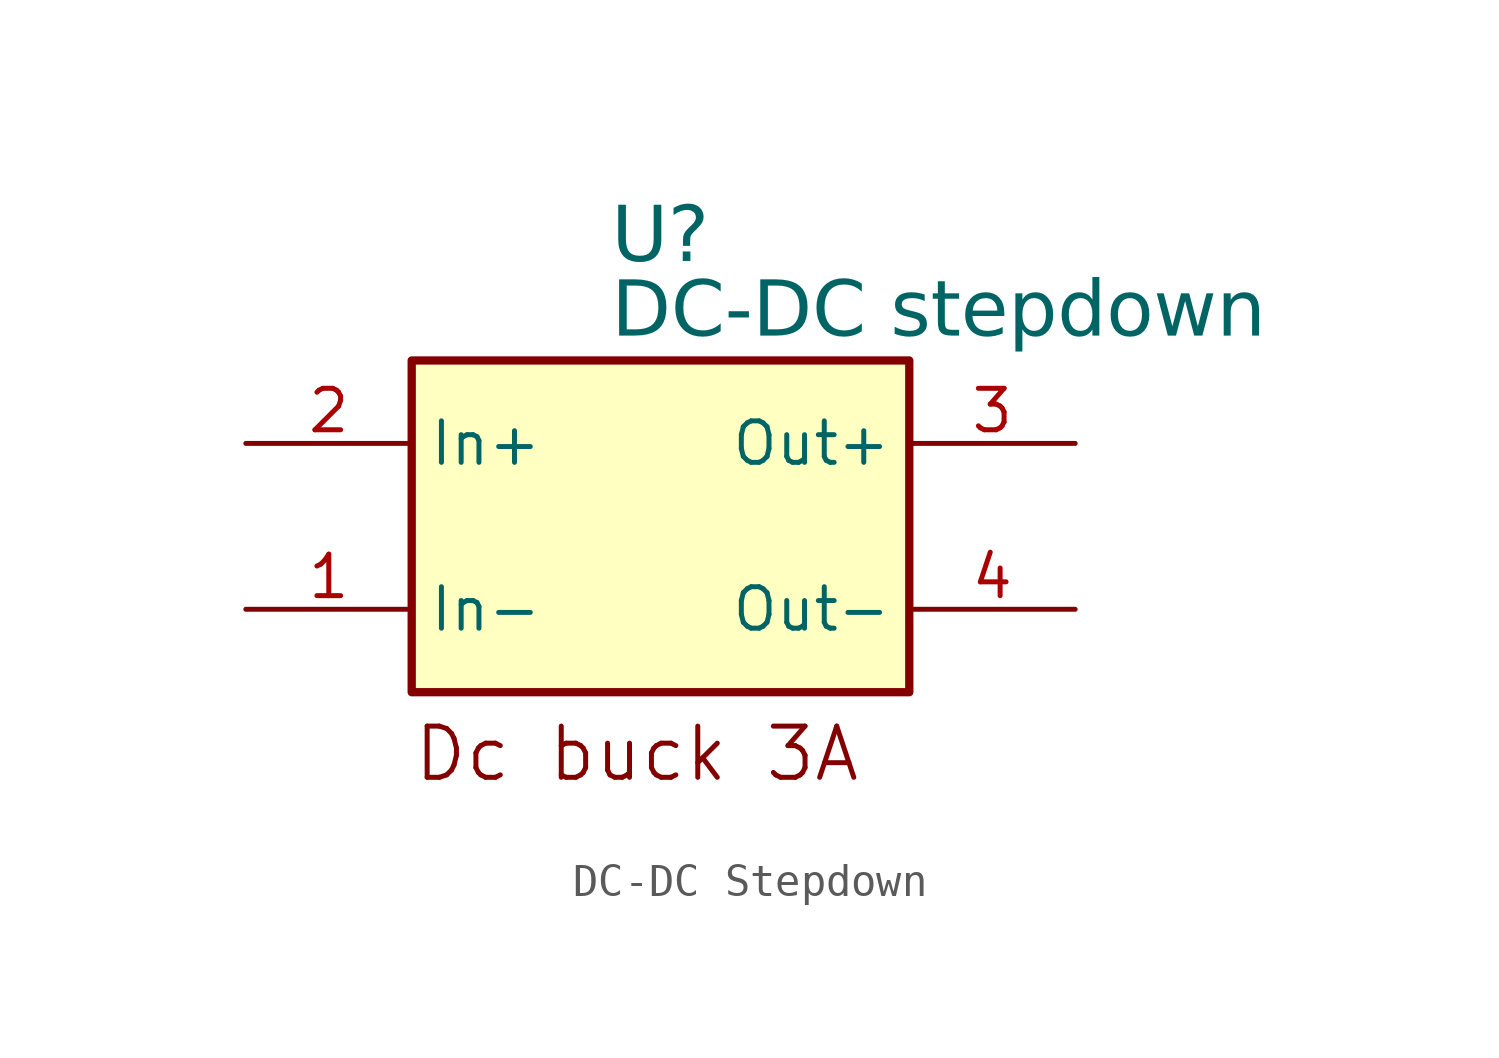
<source format=kicad_sym>
(kicad_symbol_lib
  (version 20241209)
  (generator "kicad_symbol_editor")
  (generator_version "9.0")
  (symbol "DC-DC Stepdown"
    (property "Reference" "U"
      (at -9.119 14.897 0)
      (effects (font (face "Arial") (size 1.689 1.689)) (justify left top)))
    (property "Value" "DC-DC stepdown"
      (at -9.119 12.611 0)
      (effects (font (face "Arial") (size 1.689 1.689)) (justify left top)))
    (symbol "DC-DC Stepdown_0_0"
      (text "Dc buck 3A" (at -15.24 -0.972 0) (effects (font (face "KiCad Font") (size 1.568 1.568)) (justify left top)))
      (pin input line (at -20.32 7.62 0) (length 5.08) (name "In+" (effects (font (size 1.27 1.27)))) (number "2" (effects (font (size 1.27 1.27)))))
      (pin power_in line (at -20.32 2.54 0) (length 5.08) (name "In-" (effects (font (size 1.27 1.27)))) (number "1" (effects (font (size 1.27 1.27)))))
      (pin power_out line (at 5.08 2.54 180) (length 5.08) (name "Out-" (effects (font (size 1.27 1.27)))) (number "4" (effects (font (size 1.27 1.27))))))
    (symbol "DC-DC Stepdown_1_0"
      (rectangle (start -15.24 10.16) (end 0 0) (stroke (width 0.254) (type solid)) (fill (type background)))
      (pin power_out line (at 5.08 7.62 180) (length 5.08) (name "Out+" (effects (font (size 1.27 1.27)))) (number "3" (effects (font (size 1.27 1.27))))))))
</source>
